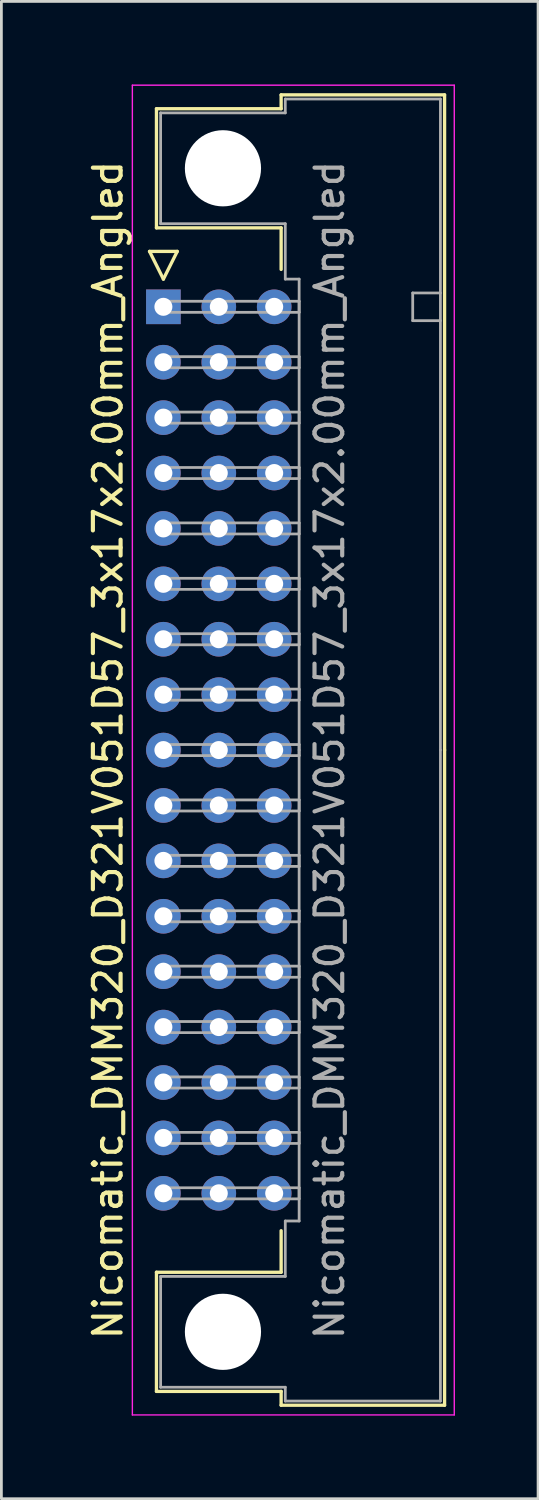
<source format=kicad_pcb>
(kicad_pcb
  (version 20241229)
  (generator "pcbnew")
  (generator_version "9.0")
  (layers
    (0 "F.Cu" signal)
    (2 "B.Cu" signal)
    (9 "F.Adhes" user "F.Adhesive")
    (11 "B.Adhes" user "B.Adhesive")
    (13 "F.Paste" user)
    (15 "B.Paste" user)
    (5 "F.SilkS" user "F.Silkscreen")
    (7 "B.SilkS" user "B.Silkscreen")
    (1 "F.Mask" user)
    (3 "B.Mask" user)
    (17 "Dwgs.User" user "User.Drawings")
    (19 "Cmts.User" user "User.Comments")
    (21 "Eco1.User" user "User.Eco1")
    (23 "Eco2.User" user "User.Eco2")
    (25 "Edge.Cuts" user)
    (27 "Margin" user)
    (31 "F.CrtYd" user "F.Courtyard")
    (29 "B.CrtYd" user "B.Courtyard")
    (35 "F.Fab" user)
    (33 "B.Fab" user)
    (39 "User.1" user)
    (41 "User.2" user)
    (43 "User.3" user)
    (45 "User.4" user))
  (footprint "Nicomatic_DMM320_D321V051D57_3x17x2.00mm_Angled"
    (layer "F.Cu")
    (at 2.848 8.025)
    (property "Reference" "Nicomatic_DMM320_D321V051D57_3x17x2.00mm_Angled" (at -2 16 90) (layer "F.SilkS") (effects (font (size 1 1) (thickness 0.15))))
    (attr through_hole)
    (fp_line (start -0.5 -2) (end 0 -1) (stroke (width 0.12) (type solid)) (layer "F.SilkS"))
    (fp_line (start -0.25 -7.15) (end -0.25 -2.85) (stroke (width 0.12) (type solid)) (layer "F.SilkS"))
    (fp_line (start -0.25 -2.85) (end 4.25 -2.85) (stroke (width 0.12) (type solid)) (layer "F.SilkS"))
    (fp_line (start -0.25 34.85) (end 4.25 34.85) (stroke (width 0.12) (type solid)) (layer "F.SilkS"))
    (fp_line (start -0.25 39.15) (end -0.25 34.85) (stroke (width 0.12) (type solid)) (layer "F.SilkS"))
    (fp_line (start 0 -1) (end 0.5 -2) (stroke (width 0.12) (type solid)) (layer "F.SilkS"))
    (fp_line (start 0.5 -2) (end -0.5 -2) (stroke (width 0.12) (type solid)) (layer "F.SilkS"))
    (fp_line (start 4.25 -7.65) (end 4.25 -7.15) (stroke (width 0.12) (type solid)) (layer "F.SilkS"))
    (fp_line (start 4.25 -7.15) (end -0.25 -7.15) (stroke (width 0.12) (type solid)) (layer "F.SilkS"))
    (fp_line (start 4.25 -2.85) (end 4.25 -1.35) (stroke (width 0.12) (type solid)) (layer "F.SilkS"))
    (fp_line (start 4.25 34.85) (end 4.25 33.35) (stroke (width 0.12) (type solid)) (layer "F.SilkS"))
    (fp_line (start 4.25 39.15) (end -0.25 39.15) (stroke (width 0.12) (type solid)) (layer "F.SilkS"))
    (fp_line (start 4.25 39.65) (end 4.25 39.15) (stroke (width 0.12) (type solid)) (layer "F.SilkS"))
    (fp_line (start 10.15 -7.65) (end 4.25 -7.65) (stroke (width 0.12) (type solid)) (layer "F.SilkS"))
    (fp_line (start 10.15 16) (end 10.15 -7.65) (stroke (width 0.12) (type solid)) (layer "F.SilkS"))
    (fp_line (start 10.15 16) (end 10.15 39.65) (stroke (width 0.12) (type solid)) (layer "F.SilkS"))
    (fp_line (start 10.15 39.65) (end 4.25 39.65) (stroke (width 0.12) (type solid)) (layer "F.SilkS"))
    (fp_line (start -1.12 -8) (end -1.12 40) (stroke (width 0.05) (type solid)) (layer "F.CrtYd"))
    (fp_line (start -1.12 40) (end 10.5 40) (stroke (width 0.05) (type solid)) (layer "F.CrtYd"))
    (fp_line (start 10.5 -8) (end -1.12 -8) (stroke (width 0.05) (type solid)) (layer "F.CrtYd"))
    (fp_line (start 10.5 40) (end 10.5 -8) (stroke (width 0.05) (type solid)) (layer "F.CrtYd"))
    (fp_line (start -0.1 -7) (end -0.1 -3) (stroke (width 0.1) (type solid)) (layer "F.Fab"))
    (fp_line (start -0.1 -3) (end 4.4 -3) (stroke (width 0.1) (type solid)) (layer "F.Fab"))
    (fp_line (start -0.1 35) (end 4.4 35) (stroke (width 0.1) (type solid)) (layer "F.Fab"))
    (fp_line (start -0.1 39) (end -0.1 35) (stroke (width 0.1) (type solid)) (layer "F.Fab"))
    (fp_line (start 0 -0.2) (end 0 0.2) (stroke (width 0.1) (type solid)) (layer "F.Fab"))
    (fp_line (start 0 0.2) (end 4.9 0.2) (stroke (width 0.1) (type solid)) (layer "F.Fab"))
    (fp_line (start 0 1.8) (end 0 2.2) (stroke (width 0.1) (type solid)) (layer "F.Fab"))
    (fp_line (start 0 2.2) (end 4.9 2.2) (stroke (width 0.1) (type solid)) (layer "F.Fab"))
    (fp_line (start 0 3.8) (end 0 4.2) (stroke (width 0.1) (type solid)) (layer "F.Fab"))
    (fp_line (start 0 4.2) (end 4.9 4.2) (stroke (width 0.1) (type solid)) (layer "F.Fab"))
    (fp_line (start 0 5.8) (end 0 6.2) (stroke (width 0.1) (type solid)) (layer "F.Fab"))
    (fp_line (start 0 6.2) (end 4.9 6.2) (stroke (width 0.1) (type solid)) (layer "F.Fab"))
    (fp_line (start 0 7.8) (end 0 8.2) (stroke (width 0.1) (type solid)) (layer "F.Fab"))
    (fp_line (start 0 8.2) (end 4.9 8.2) (stroke (width 0.1) (type solid)) (layer "F.Fab"))
    (fp_line (start 0 9.8) (end 0 10.2) (stroke (width 0.1) (type solid)) (layer "F.Fab"))
    (fp_line (start 0 10.2) (end 4.9 10.2) (stroke (width 0.1) (type solid)) (layer "F.Fab"))
    (fp_line (start 0 11.8) (end 0 12.2) (stroke (width 0.1) (type solid)) (layer "F.Fab"))
    (fp_line (start 0 12.2) (end 4.9 12.2) (stroke (width 0.1) (type solid)) (layer "F.Fab"))
    (fp_line (start 0 13.8) (end 0 14.2) (stroke (width 0.1) (type solid)) (layer "F.Fab"))
    (fp_line (start 0 14.2) (end 4.9 14.2) (stroke (width 0.1) (type solid)) (layer "F.Fab"))
    (fp_line (start 0 15.8) (end 0 16.2) (stroke (width 0.1) (type solid)) (layer "F.Fab"))
    (fp_line (start 0 16.2) (end 4.9 16.2) (stroke (width 0.1) (type solid)) (layer "F.Fab"))
    (fp_line (start 0 17.8) (end 0 18.2) (stroke (width 0.1) (type solid)) (layer "F.Fab"))
    (fp_line (start 0 18.2) (end 4.9 18.2) (stroke (width 0.1) (type solid)) (layer "F.Fab"))
    (fp_line (start 0 19.8) (end 0 20.2) (stroke (width 0.1) (type solid)) (layer "F.Fab"))
    (fp_line (start 0 20.2) (end 4.9 20.2) (stroke (width 0.1) (type solid)) (layer "F.Fab"))
    (fp_line (start 0 21.8) (end 0 22.2) (stroke (width 0.1) (type solid)) (layer "F.Fab"))
    (fp_line (start 0 22.2) (end 4.9 22.2) (stroke (width 0.1) (type solid)) (layer "F.Fab"))
    (fp_line (start 0 23.8) (end 0 24.2) (stroke (width 0.1) (type solid)) (layer "F.Fab"))
    (fp_line (start 0 24.2) (end 4.9 24.2) (stroke (width 0.1) (type solid)) (layer "F.Fab"))
    (fp_line (start 0 25.8) (end 0 26.2) (stroke (width 0.1) (type solid)) (layer "F.Fab"))
    (fp_line (start 0 26.2) (end 4.9 26.2) (stroke (width 0.1) (type solid)) (layer "F.Fab"))
    (fp_line (start 0 27.8) (end 0 28.2) (stroke (width 0.1) (type solid)) (layer "F.Fab"))
    (fp_line (start 0 28.2) (end 4.9 28.2) (stroke (width 0.1) (type solid)) (layer "F.Fab"))
    (fp_line (start 0 29.8) (end 0 30.2) (stroke (width 0.1) (type solid)) (layer "F.Fab"))
    (fp_line (start 0 30.2) (end 4.9 30.2) (stroke (width 0.1) (type solid)) (layer "F.Fab"))
    (fp_line (start 0 31.8) (end 0 32.2) (stroke (width 0.1) (type solid)) (layer "F.Fab"))
    (fp_line (start 0 32.2) (end 4.9 32.2) (stroke (width 0.1) (type solid)) (layer "F.Fab"))
    (fp_line (start 4.4 -7.5) (end 4.4 -7) (stroke (width 0.1) (type solid)) (layer "F.Fab"))
    (fp_line (start 4.4 -7) (end -0.1 -7) (stroke (width 0.1) (type solid)) (layer "F.Fab"))
    (fp_line (start 4.4 -3) (end 4.4 -1) (stroke (width 0.1) (type solid)) (layer "F.Fab"))
    (fp_line (start 4.4 -1) (end 4.9 -1) (stroke (width 0.1) (type solid)) (layer "F.Fab"))
    (fp_line (start 4.4 33) (end 4.9 33) (stroke (width 0.1) (type solid)) (layer "F.Fab"))
    (fp_line (start 4.4 35) (end 4.4 33) (stroke (width 0.1) (type solid)) (layer "F.Fab"))
    (fp_line (start 4.4 39) (end -0.1 39) (stroke (width 0.1) (type solid)) (layer "F.Fab"))
    (fp_line (start 4.4 39.5) (end 4.4 39) (stroke (width 0.1) (type solid)) (layer "F.Fab"))
    (fp_line (start 4.9 -1) (end 4.9 16) (stroke (width 0.1) (type solid)) (layer "F.Fab"))
    (fp_line (start 4.9 -0.2) (end 0 -0.2) (stroke (width 0.1) (type solid)) (layer "F.Fab"))
    (fp_line (start 4.9 0.2) (end 4.9 -0.2) (stroke (width 0.1) (type solid)) (layer "F.Fab"))
    (fp_line (start 4.9 1.8) (end 0 1.8) (stroke (width 0.1) (type solid)) (layer "F.Fab"))
    (fp_line (start 4.9 2.2) (end 4.9 1.8) (stroke (width 0.1) (type solid)) (layer "F.Fab"))
    (fp_line (start 4.9 3.8) (end 0 3.8) (stroke (width 0.1) (type solid)) (layer "F.Fab"))
    (fp_line (start 4.9 4.2) (end 4.9 3.8) (stroke (width 0.1) (type solid)) (layer "F.Fab"))
    (fp_line (start 4.9 5.8) (end 0 5.8) (stroke (width 0.1) (type solid)) (layer "F.Fab"))
    (fp_line (start 4.9 6.2) (end 4.9 5.8) (stroke (width 0.1) (type solid)) (layer "F.Fab"))
    (fp_line (start 4.9 7.8) (end 0 7.8) (stroke (width 0.1) (type solid)) (layer "F.Fab"))
    (fp_line (start 4.9 8.2) (end 4.9 7.8) (stroke (width 0.1) (type solid)) (layer "F.Fab"))
    (fp_line (start 4.9 9.8) (end 0 9.8) (stroke (width 0.1) (type solid)) (layer "F.Fab"))
    (fp_line (start 4.9 10.2) (end 4.9 9.8) (stroke (width 0.1) (type solid)) (layer "F.Fab"))
    (fp_line (start 4.9 11.8) (end 0 11.8) (stroke (width 0.1) (type solid)) (layer "F.Fab"))
    (fp_line (start 4.9 12.2) (end 4.9 11.8) (stroke (width 0.1) (type solid)) (layer "F.Fab"))
    (fp_line (start 4.9 13.8) (end 0 13.8) (stroke (width 0.1) (type solid)) (layer "F.Fab"))
    (fp_line (start 4.9 14.2) (end 4.9 13.8) (stroke (width 0.1) (type solid)) (layer "F.Fab"))
    (fp_line (start 4.9 15.8) (end 0 15.8) (stroke (width 0.1) (type solid)) (layer "F.Fab"))
    (fp_line (start 4.9 16.2) (end 4.9 15.8) (stroke (width 0.1) (type solid)) (layer "F.Fab"))
    (fp_line (start 4.9 17.8) (end 0 17.8) (stroke (width 0.1) (type solid)) (layer "F.Fab"))
    (fp_line (start 4.9 18.2) (end 4.9 17.8) (stroke (width 0.1) (type solid)) (layer "F.Fab"))
    (fp_line (start 4.9 19.8) (end 0 19.8) (stroke (width 0.1) (type solid)) (layer "F.Fab"))
    (fp_line (start 4.9 20.2) (end 4.9 19.8) (stroke (width 0.1) (type solid)) (layer "F.Fab"))
    (fp_line (start 4.9 21.8) (end 0 21.8) (stroke (width 0.1) (type solid)) (layer "F.Fab"))
    (fp_line (start 4.9 22.2) (end 4.9 21.8) (stroke (width 0.1) (type solid)) (layer "F.Fab"))
    (fp_line (start 4.9 23.8) (end 0 23.8) (stroke (width 0.1) (type solid)) (layer "F.Fab"))
    (fp_line (start 4.9 24.2) (end 4.9 23.8) (stroke (width 0.1) (type solid)) (layer "F.Fab"))
    (fp_line (start 4.9 25.8) (end 0 25.8) (stroke (width 0.1) (type solid)) (layer "F.Fab"))
    (fp_line (start 4.9 26.2) (end 4.9 25.8) (stroke (width 0.1) (type solid)) (layer "F.Fab"))
    (fp_line (start 4.9 27.8) (end 0 27.8) (stroke (width 0.1) (type solid)) (layer "F.Fab"))
    (fp_line (start 4.9 28.2) (end 4.9 27.8) (stroke (width 0.1) (type solid)) (layer "F.Fab"))
    (fp_line (start 4.9 29.8) (end 0 29.8) (stroke (width 0.1) (type solid)) (layer "F.Fab"))
    (fp_line (start 4.9 30.2) (end 4.9 29.8) (stroke (width 0.1) (type solid)) (layer "F.Fab"))
    (fp_line (start 4.9 31.8) (end 0 31.8) (stroke (width 0.1) (type solid)) (layer "F.Fab"))
    (fp_line (start 4.9 32.2) (end 4.9 31.8) (stroke (width 0.1) (type solid)) (layer "F.Fab"))
    (fp_line (start 4.9 33) (end 4.9 16) (stroke (width 0.1) (type solid)) (layer "F.Fab"))
    (fp_line (start 9 -0.5) (end 9 0.5) (stroke (width 0.1) (type solid)) (layer "F.Fab"))
    (fp_line (start 9 0.5) (end 10 0.5) (stroke (width 0.1) (type solid)) (layer "F.Fab"))
    (fp_line (start 10 -7.5) (end 4.4 -7.5) (stroke (width 0.1) (type solid)) (layer "F.Fab"))
    (fp_line (start 10 -0.5) (end 9 -0.5) (stroke (width 0.1) (type solid)) (layer "F.Fab"))
    (fp_line (start 10 16) (end 10 -7.5) (stroke (width 0.1) (type solid)) (layer "F.Fab"))
    (fp_line (start 10 16) (end 10 39.5) (stroke (width 0.1) (type solid)) (layer "F.Fab"))
    (fp_line (start 10 39.5) (end 4.4 39.5) (stroke (width 0.1) (type solid)) (layer "F.Fab"))
    (fp_text user "${REFERENCE}" (at 6 16 90) (layer "F.Fab") (effects (font (size 1 1) (thickness 0.15))))
    (pad "" np_thru_hole circle (at 2.15 -5) (size 2.75 2.75) (drill 2.75) (layers "*.Cu" "*.Mask"))
    (pad "" np_thru_hole circle (at 2.15 37) (size 2.75 2.75) (drill 2.75) (layers "*.Cu" "*.Mask"))
    (pad "1" thru_hole rect (at 0 0) (size 1.25 1.25) (drill 0.65) (layers "*.Cu" "*.Mask"))
    (pad "2" thru_hole oval (at 0 2) (size 1.25 1.25) (drill 0.65) (layers "*.Cu" "*.Mask"))
    (pad "3" thru_hole oval (at 0 4) (size 1.25 1.25) (drill 0.65) (layers "*.Cu" "*.Mask"))
    (pad "4" thru_hole oval (at 0 6) (size 1.25 1.25) (drill 0.65) (layers "*.Cu" "*.Mask"))
    (pad "5" thru_hole oval (at 0 8) (size 1.25 1.25) (drill 0.65) (layers "*.Cu" "*.Mask"))
    (pad "6" thru_hole oval (at 0 10) (size 1.25 1.25) (drill 0.65) (layers "*.Cu" "*.Mask"))
    (pad "7" thru_hole oval (at 0 12) (size 1.25 1.25) (drill 0.65) (layers "*.Cu" "*.Mask"))
    (pad "8" thru_hole oval (at 0 14) (size 1.25 1.25) (drill 0.65) (layers "*.Cu" "*.Mask"))
    (pad "9" thru_hole oval (at 0 16) (size 1.25 1.25) (drill 0.65) (layers "*.Cu" "*.Mask"))
    (pad "10" thru_hole oval (at 0 18) (size 1.25 1.25) (drill 0.65) (layers "*.Cu" "*.Mask"))
    (pad "11" thru_hole oval (at 0 20) (size 1.25 1.25) (drill 0.65) (layers "*.Cu" "*.Mask"))
    (pad "12" thru_hole oval (at 0 22) (size 1.25 1.25) (drill 0.65) (layers "*.Cu" "*.Mask"))
    (pad "13" thru_hole oval (at 0 24) (size 1.25 1.25) (drill 0.65) (layers "*.Cu" "*.Mask"))
    (pad "14" thru_hole oval (at 0 26) (size 1.25 1.25) (drill 0.65) (layers "*.Cu" "*.Mask"))
    (pad "15" thru_hole oval (at 0 28) (size 1.25 1.25) (drill 0.65) (layers "*.Cu" "*.Mask"))
    (pad "16" thru_hole oval (at 0 30) (size 1.25 1.25) (drill 0.65) (layers "*.Cu" "*.Mask"))
    (pad "17" thru_hole oval (at 0 32) (size 1.25 1.25) (drill 0.65) (layers "*.Cu" "*.Mask"))
    (pad "18" thru_hole oval (at 2 0) (size 1.25 1.25) (drill 0.65) (layers "*.Cu" "*.Mask"))
    (pad "19" thru_hole oval (at 2 2) (size 1.25 1.25) (drill 0.65) (layers "*.Cu" "*.Mask"))
    (pad "20" thru_hole oval (at 2 4) (size 1.25 1.25) (drill 0.65) (layers "*.Cu" "*.Mask"))
    (pad "21" thru_hole oval (at 2 6) (size 1.25 1.25) (drill 0.65) (layers "*.Cu" "*.Mask"))
    (pad "22" thru_hole oval (at 2 8) (size 1.25 1.25) (drill 0.65) (layers "*.Cu" "*.Mask"))
    (pad "23" thru_hole oval (at 2 10) (size 1.25 1.25) (drill 0.65) (layers "*.Cu" "*.Mask"))
    (pad "24" thru_hole oval (at 2 12) (size 1.25 1.25) (drill 0.65) (layers "*.Cu" "*.Mask"))
    (pad "25" thru_hole oval (at 2 14) (size 1.25 1.25) (drill 0.65) (layers "*.Cu" "*.Mask"))
    (pad "26" thru_hole oval (at 2 16) (size 1.25 1.25) (drill 0.65) (layers "*.Cu" "*.Mask"))
    (pad "27" thru_hole oval (at 2 18) (size 1.25 1.25) (drill 0.65) (layers "*.Cu" "*.Mask"))
    (pad "28" thru_hole oval (at 2 20) (size 1.25 1.25) (drill 0.65) (layers "*.Cu" "*.Mask"))
    (pad "29" thru_hole oval (at 2 22) (size 1.25 1.25) (drill 0.65) (layers "*.Cu" "*.Mask"))
    (pad "30" thru_hole oval (at 2 24) (size 1.25 1.25) (drill 0.65) (layers "*.Cu" "*.Mask"))
    (pad "31" thru_hole oval (at 2 26) (size 1.25 1.25) (drill 0.65) (layers "*.Cu" "*.Mask"))
    (pad "32" thru_hole oval (at 2 28) (size 1.25 1.25) (drill 0.65) (layers "*.Cu" "*.Mask"))
    (pad "33" thru_hole oval (at 2 30) (size 1.25 1.25) (drill 0.65) (layers "*.Cu" "*.Mask"))
    (pad "34" thru_hole oval (at 2 32) (size 1.25 1.25) (drill 0.65) (layers "*.Cu" "*.Mask"))
    (pad "35" thru_hole oval (at 4 0) (size 1.25 1.25) (drill 0.65) (layers "*.Cu" "*.Mask"))
    (pad "36" thru_hole oval (at 4 2) (size 1.25 1.25) (drill 0.65) (layers "*.Cu" "*.Mask"))
    (pad "37" thru_hole oval (at 4 4) (size 1.25 1.25) (drill 0.65) (layers "*.Cu" "*.Mask"))
    (pad "38" thru_hole oval (at 4 6) (size 1.25 1.25) (drill 0.65) (layers "*.Cu" "*.Mask"))
    (pad "39" thru_hole oval (at 4 8) (size 1.25 1.25) (drill 0.65) (layers "*.Cu" "*.Mask"))
    (pad "40" thru_hole oval (at 4 10) (size 1.25 1.25) (drill 0.65) (layers "*.Cu" "*.Mask"))
    (pad "41" thru_hole oval (at 4 12) (size 1.25 1.25) (drill 0.65) (layers "*.Cu" "*.Mask"))
    (pad "42" thru_hole oval (at 4 14) (size 1.25 1.25) (drill 0.65) (layers "*.Cu" "*.Mask"))
    (pad "43" thru_hole oval (at 4 16) (size 1.25 1.25) (drill 0.65) (layers "*.Cu" "*.Mask"))
    (pad "44" thru_hole oval (at 4 18) (size 1.25 1.25) (drill 0.65) (layers "*.Cu" "*.Mask"))
    (pad "45" thru_hole oval (at 4 20) (size 1.25 1.25) (drill 0.65) (layers "*.Cu" "*.Mask"))
    (pad "46" thru_hole oval (at 4 22) (size 1.25 1.25) (drill 0.65) (layers "*.Cu" "*.Mask"))
    (pad "47" thru_hole oval (at 4 24) (size 1.25 1.25) (drill 0.65) (layers "*.Cu" "*.Mask"))
    (pad "48" thru_hole oval (at 4 26) (size 1.25 1.25) (drill 0.65) (layers "*.Cu" "*.Mask"))
    (pad "49" thru_hole oval (at 4 28) (size 1.25 1.25) (drill 0.65) (layers "*.Cu" "*.Mask"))
    (pad "50" thru_hole oval (at 4 30) (size 1.25 1.25) (drill 0.65) (layers "*.Cu" "*.Mask"))
    (pad "51" thru_hole oval (at 4 32) (size 1.25 1.25) (drill 0.65) (layers "*.Cu" "*.Mask")))
  (gr_rect
    (start -3 -3)
    (end 16.373 51.05)
    (stroke (width 0.1) (type default))
    (fill no)
    (layer "Edge.Cuts")))
</source>
